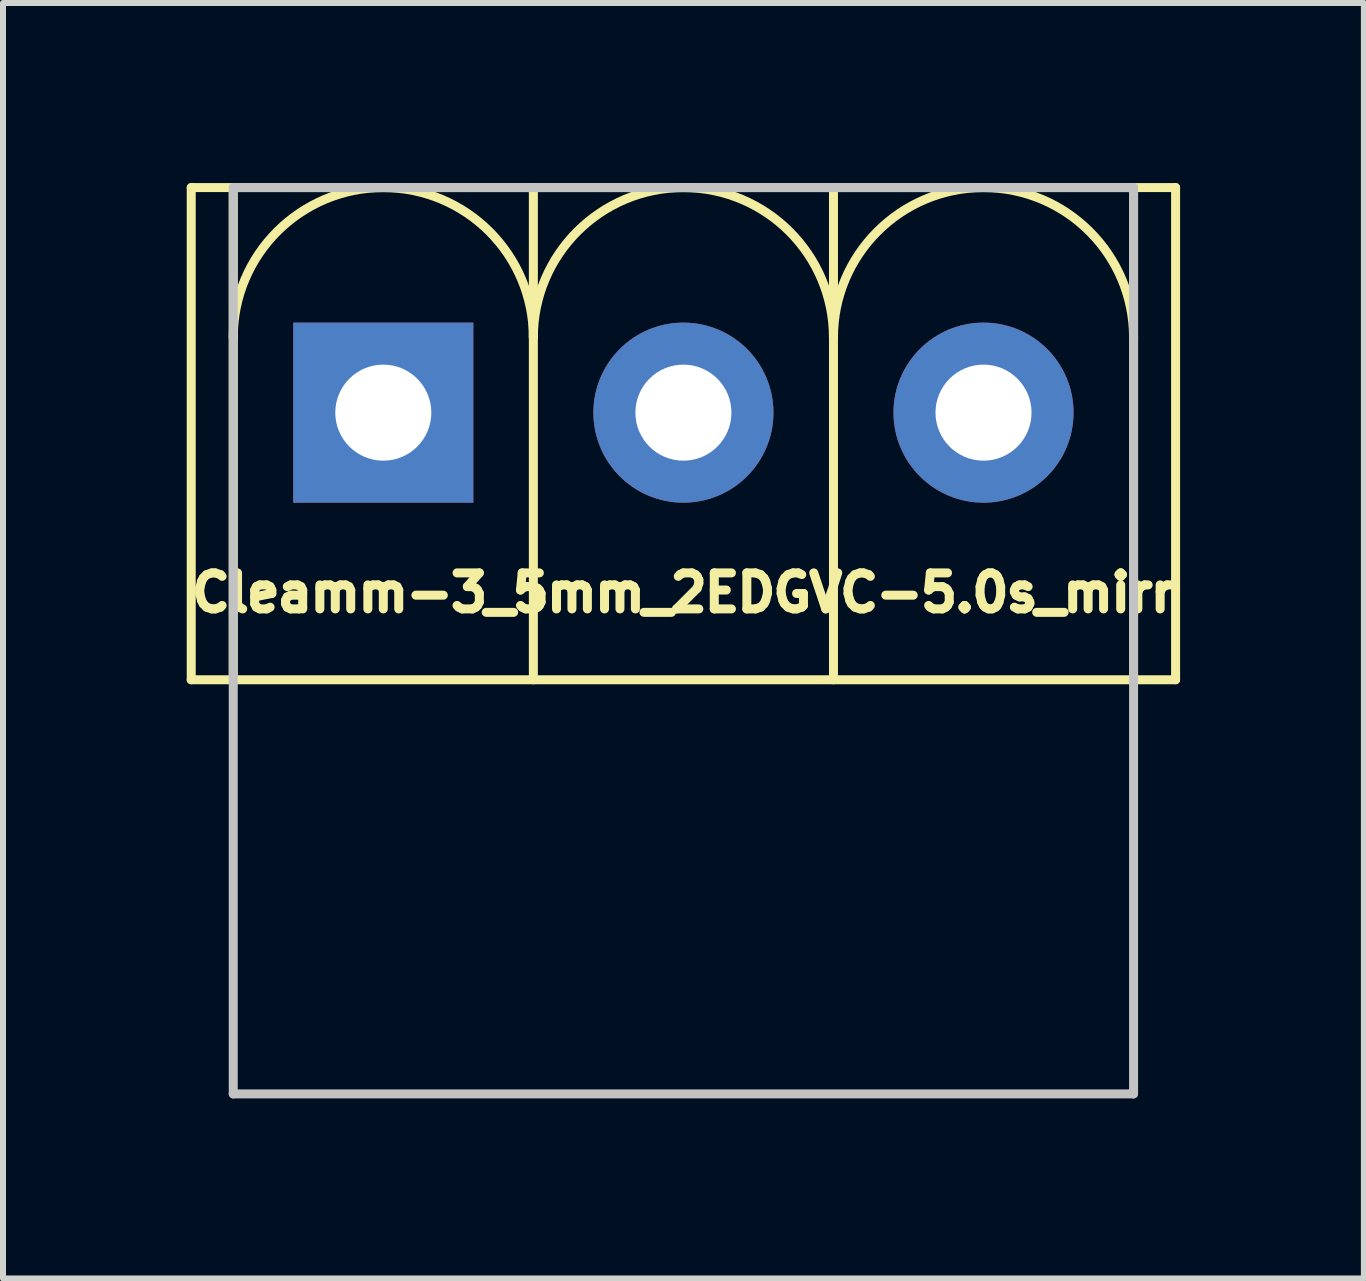
<source format=kicad_pcb>
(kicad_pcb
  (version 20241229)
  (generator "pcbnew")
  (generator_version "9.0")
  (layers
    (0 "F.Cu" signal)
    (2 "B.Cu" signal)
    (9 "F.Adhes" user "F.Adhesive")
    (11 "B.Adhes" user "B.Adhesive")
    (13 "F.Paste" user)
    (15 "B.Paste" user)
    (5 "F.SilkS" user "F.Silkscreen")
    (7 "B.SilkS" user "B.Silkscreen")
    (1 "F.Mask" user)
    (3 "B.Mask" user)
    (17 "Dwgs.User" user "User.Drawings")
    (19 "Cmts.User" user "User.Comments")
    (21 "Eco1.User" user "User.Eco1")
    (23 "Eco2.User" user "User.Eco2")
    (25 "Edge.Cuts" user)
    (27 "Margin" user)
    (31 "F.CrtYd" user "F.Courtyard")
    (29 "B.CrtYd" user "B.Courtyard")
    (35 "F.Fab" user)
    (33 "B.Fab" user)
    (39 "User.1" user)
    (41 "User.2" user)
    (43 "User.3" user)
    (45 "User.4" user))
  (footprint "Cleamm-3_5mm_2EDGVC-5.0s_mirr"
    (layer "F.Cu")
    (at 8.336 3.825)
    (property "Reference" "Cleamm-3_5mm_2EDGVC-5.0s_mirr" (at 0 3 0) (layer "F.SilkS") (effects (font (size 0.6 0.6) (thickness 0.15))))
    (attr through_hole)
    (fp_line (start -8.2 -3.75) (end -8.2 4.45) (stroke (width 0.15) (type solid)) (layer "F.SilkS"))
    (fp_line (start -7.5 -3.75) (end -7.5 4.45) (stroke (width 0.15) (type solid)) (layer "F.SilkS"))
    (fp_line (start -2.5 -3.75) (end -2.5 4.45) (stroke (width 0.15) (type solid)) (layer "F.SilkS"))
    (fp_line (start 2.5 4.45) (end 2.5 -3.75) (stroke (width 0.15) (type solid)) (layer "F.SilkS"))
    (fp_line (start 7.5 -3.75) (end 7.5 4.45) (stroke (width 0.15) (type solid)) (layer "F.SilkS"))
    (fp_line (start 8.2 -3.75) (end -8.2 -3.75) (stroke (width 0.15) (type solid)) (layer "F.SilkS"))
    (fp_line (start 8.2 -3.75) (end 8.2 4.45) (stroke (width 0.15) (type solid)) (layer "F.SilkS"))
    (fp_line (start 8.2 4.45) (end -8.2 4.45) (stroke (width 0.15) (type solid)) (layer "F.SilkS"))
    (fp_arc (start -7.5 -1.25) (mid -5 -3.75) (end -2.5 -1.25) (stroke (width 0.15) (type solid)) (layer "F.SilkS"))
    (fp_arc (start -2.5 -1.25) (mid 0 -3.75) (end 2.5 -1.25) (stroke (width 0.15) (type solid)) (layer "F.SilkS"))
    (fp_arc (start 2.5 -1.25) (mid 5 -3.75) (end 7.5 -1.25) (stroke (width 0.15) (type solid)) (layer "F.SilkS"))
    (fp_line (start -7.5 -3.75) (end -7.5 11.35) (stroke (width 0.15) (type solid)) (layer "Dwgs.User"))
    (fp_line (start -7.5 -3.75) (end 7.5 -3.75) (stroke (width 0.15) (type solid)) (layer "Dwgs.User"))
    (fp_line (start 7.5 11.35) (end -7.5 11.35) (stroke (width 0.15) (type solid)) (layer "Dwgs.User"))
    (fp_line (start 7.5 11.35) (end 7.5 -3.75) (stroke (width 0.15) (type solid)) (layer "Dwgs.User"))
    (pad "1" thru_hole rect (at -5 0) (size 3 3) (drill 1.6) (layers "*.Cu" "*.Mask"))
    (pad "2" thru_hole circle (at 0 0) (size 3 3) (drill 1.6) (layers "*.Cu" "*.Mask"))
    (pad "3" thru_hole circle (at 5 0) (size 3 3) (drill 1.6) (layers "*.Cu" "*.Mask")))
  (gr_rect
    (start -3 -3)
    (end 19.673 18.25)
    (stroke (width 0.1) (type default))
    (fill no)
    (layer "Edge.Cuts")))
</source>
